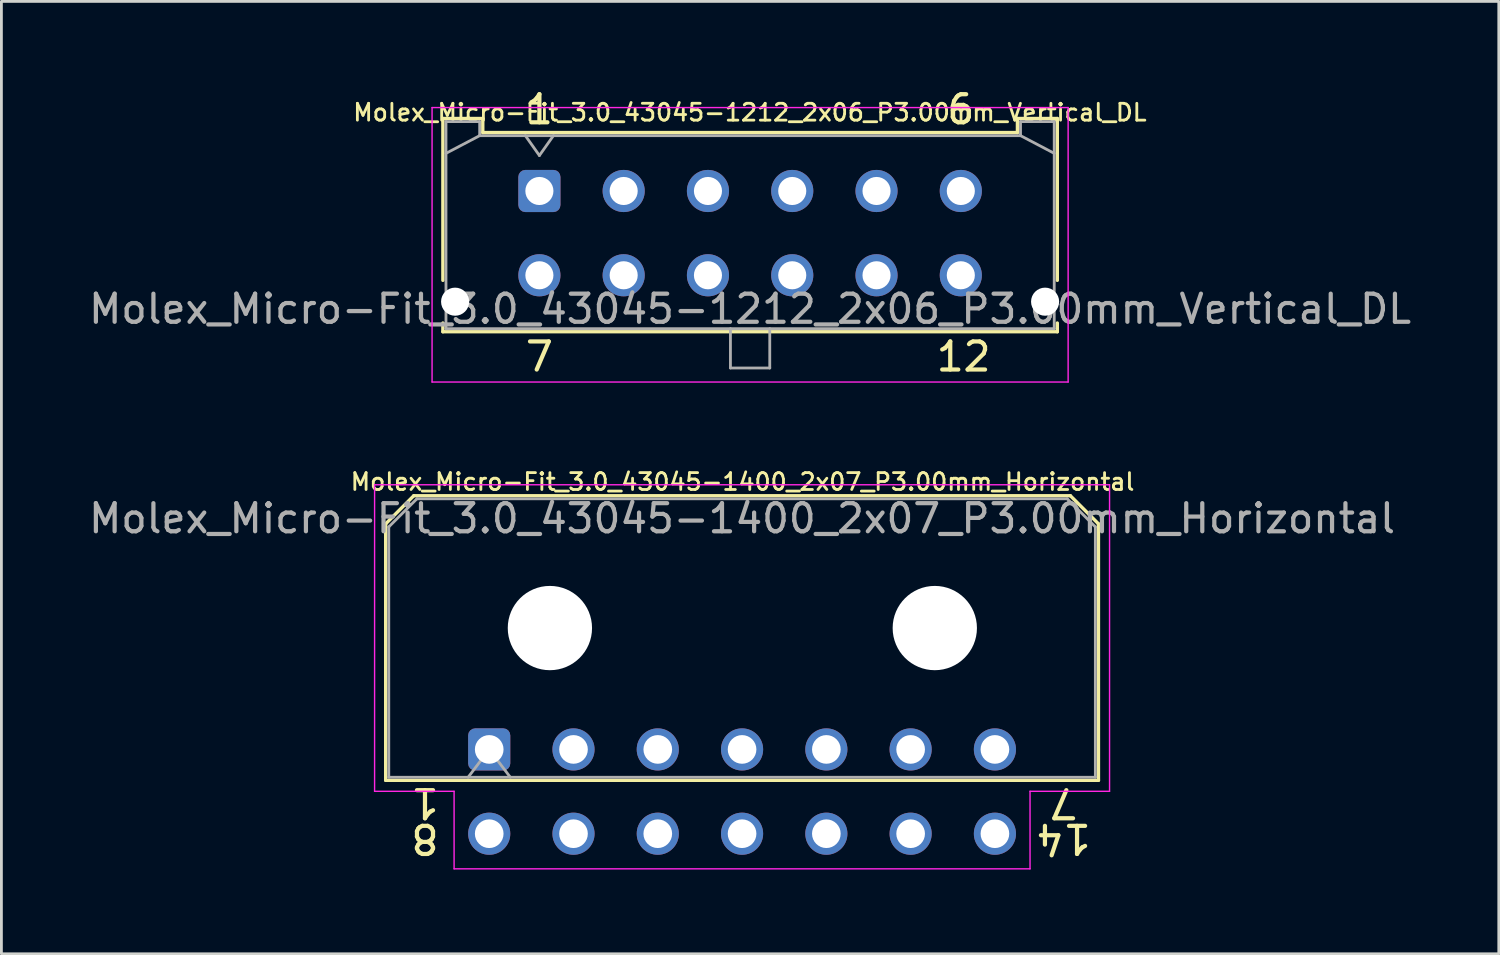
<source format=kicad_pcb>
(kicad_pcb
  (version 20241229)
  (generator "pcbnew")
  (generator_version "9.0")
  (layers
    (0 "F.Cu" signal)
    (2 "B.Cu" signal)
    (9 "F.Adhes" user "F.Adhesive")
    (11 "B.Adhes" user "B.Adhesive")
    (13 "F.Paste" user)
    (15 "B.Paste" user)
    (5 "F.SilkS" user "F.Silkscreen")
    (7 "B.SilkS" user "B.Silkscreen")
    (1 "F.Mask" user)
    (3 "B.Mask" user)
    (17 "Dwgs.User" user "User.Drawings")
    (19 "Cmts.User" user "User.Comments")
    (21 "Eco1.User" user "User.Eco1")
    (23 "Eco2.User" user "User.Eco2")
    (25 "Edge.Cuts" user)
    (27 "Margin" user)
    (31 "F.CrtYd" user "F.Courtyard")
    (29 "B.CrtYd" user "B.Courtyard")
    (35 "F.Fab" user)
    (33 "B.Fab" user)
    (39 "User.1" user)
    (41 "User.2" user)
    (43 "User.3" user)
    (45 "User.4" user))
  (footprint "Molex_Micro-Fit_3.0_43045-1400_2x07_P3.00mm_Horizontal"
    (layer "F.Cu")
    (at 14.363 23.625)
    (property "Reference" "Molex_Micro-Fit_3.0_43045-1400_2x07_P3.00mm_Horizontal" (at 9.017 -9.525 0) (layer "F.SilkS") (effects (font (size 0.6 0.6) (thickness 0.1))))
    (attr through_hole)
    (fp_line (start -3.685 -8.03) (end -2.685 -9.03) (stroke (width 0.12) (type solid)) (layer "F.SilkS"))
    (fp_line (start -3.685 1.1) (end -3.685 -8.03) (stroke (width 0.12) (type solid)) (layer "F.SilkS"))
    (fp_line (start -2.685 -9.03) (end 20.685 -9.03) (stroke (width 0.12) (type solid)) (layer "F.SilkS"))
    (fp_line (start 20.685 -9.03) (end 21.685 -8.03) (stroke (width 0.12) (type solid)) (layer "F.SilkS"))
    (fp_line (start 21.685 -8.03) (end 21.685 1.1) (stroke (width 0.12) (type solid)) (layer "F.SilkS"))
    (fp_line (start 21.685 1.1) (end -3.685 1.1) (stroke (width 0.12) (type solid)) (layer "F.SilkS"))
    (fp_line (start -4.08 -9.42) (end 22.08 -9.42) (stroke (width 0.05) (type solid)) (layer "F.CrtYd"))
    (fp_line (start -4.08 1.49) (end -4.08 -9.42) (stroke (width 0.05) (type solid)) (layer "F.CrtYd"))
    (fp_line (start -1.25 1.49) (end -4.08 1.49) (stroke (width 0.05) (type solid)) (layer "F.CrtYd"))
    (fp_line (start -1.25 4.25) (end -1.25 1.49) (stroke (width 0.05) (type solid)) (layer "F.CrtYd"))
    (fp_line (start 19.25 1.49) (end 19.25 4.25) (stroke (width 0.05) (type solid)) (layer "F.CrtYd"))
    (fp_line (start 19.25 4.25) (end -1.25 4.25) (stroke (width 0.05) (type solid)) (layer "F.CrtYd"))
    (fp_line (start 22.08 -9.42) (end 22.08 1.49) (stroke (width 0.05) (type solid)) (layer "F.CrtYd"))
    (fp_line (start 22.08 1.49) (end 19.25 1.49) (stroke (width 0.05) (type solid)) (layer "F.CrtYd"))
    (fp_line (start -3.575 -7.92) (end -2.575 -8.92) (stroke (width 0.1) (type solid)) (layer "F.Fab"))
    (fp_line (start -3.575 0.99) (end -3.575 -7.92) (stroke (width 0.1) (type solid)) (layer "F.Fab"))
    (fp_line (start -2.575 -8.92) (end 20.575 -8.92) (stroke (width 0.1) (type solid)) (layer "F.Fab"))
    (fp_line (start -0.75 0.99) (end 0 0) (stroke (width 0.1) (type solid)) (layer "F.Fab"))
    (fp_line (start 0 0) (end 0.75 0.99) (stroke (width 0.1) (type solid)) (layer "F.Fab"))
    (fp_line (start 20.575 -8.92) (end 21.575 -7.92) (stroke (width 0.1) (type solid)) (layer "F.Fab"))
    (fp_line (start 21.575 -7.92) (end 21.575 0.99) (stroke (width 0.1) (type solid)) (layer "F.Fab"))
    (fp_line (start 21.575 0.99) (end -3.575 0.99) (stroke (width 0.1) (type solid)) (layer "F.Fab"))
    (fp_text user "8" (at -2.286 3.175 180) (unlocked yes) (layer "F.SilkS") (effects (font (size 1 1) (thickness 0.15))))
    (fp_text user "14" (at 20.447 3.175 180) (unlocked yes) (layer "F.SilkS") (effects (font (size 1 1) (thickness 0.15))))
    (fp_text user "7" (at 20.447 1.905 180) (unlocked yes) (layer "F.SilkS") (effects (font (size 1 1) (thickness 0.15))))
    (fp_text user "1" (at -2.286 1.905 180) (unlocked yes) (layer "F.SilkS") (effects (font (size 1 1) (thickness 0.15))))
    (fp_text user "${REFERENCE}" (at 9 -8.22 0) (layer "F.Fab") (effects (font (size 1 1) (thickness 0.15))))
    (pad "" np_thru_hole circle (at 2.16 -4.32) (size 3 3) (drill 3) (layers "*.Cu" "*.Mask"))
    (pad "" np_thru_hole circle (at 15.86 -4.32) (size 3 3) (drill 3) (layers "*.Cu" "*.Mask"))
    (pad "1" thru_hole roundrect (at 0 0) (size 1.5 1.5) (drill 1.02) (layers "*.Cu" "*.Mask") (roundrect_rratio 0.167))
    (pad "2" thru_hole circle (at 3 0) (size 1.5 1.5) (drill 1.02) (layers "*.Cu" "*.Mask"))
    (pad "3" thru_hole circle (at 6 0) (size 1.5 1.5) (drill 1.02) (layers "*.Cu" "*.Mask"))
    (pad "4" thru_hole circle (at 9 0) (size 1.5 1.5) (drill 1.02) (layers "*.Cu" "*.Mask"))
    (pad "5" thru_hole circle (at 12 0) (size 1.5 1.5) (drill 1.02) (layers "*.Cu" "*.Mask"))
    (pad "6" thru_hole circle (at 15 0) (size 1.5 1.5) (drill 1.02) (layers "*.Cu" "*.Mask"))
    (pad "7" thru_hole circle (at 18 0) (size 1.5 1.5) (drill 1.02) (layers "*.Cu" "*.Mask"))
    (pad "8" thru_hole circle (at 0 3) (size 1.5 1.5) (drill 1.02) (layers "*.Cu" "*.Mask"))
    (pad "9" thru_hole circle (at 3 3) (size 1.5 1.5) (drill 1.02) (layers "*.Cu" "*.Mask"))
    (pad "10" thru_hole circle (at 6 3) (size 1.5 1.5) (drill 1.02) (layers "*.Cu" "*.Mask"))
    (pad "11" thru_hole circle (at 9 3) (size 1.5 1.5) (drill 1.02) (layers "*.Cu" "*.Mask"))
    (pad "12" thru_hole circle (at 12 3) (size 1.5 1.5) (drill 1.02) (layers "*.Cu" "*.Mask"))
    (pad "13" thru_hole circle (at 15 3) (size 1.5 1.5) (drill 1.02) (layers "*.Cu" "*.Mask"))
    (pad "14" thru_hole circle (at 18 3) (size 1.5 1.5) (drill 1.02) (layers "*.Cu" "*.Mask")))
  (footprint "Molex_Micro-Fit_3.0_43045-1212_2x06_P3.00mm_Vertical_DL"
    (layer "F.Cu")
    (at 16.149 3.748)
    (property "Reference" "Molex_Micro-Fit_3.0_43045-1212_2x06_P3.00mm_Vertical_DL" (at 7.493 -2.794 0) (layer "F.SilkS") (effects (font (size 0.6 0.6) (thickness 0.1))))
    (attr through_hole)
    (fp_line (start -3.435 -2.58) (end -2.015 -2.58) (stroke (width 0.12) (type solid)) (layer "F.SilkS"))
    (fp_line (start -3.435 3.18) (end -3.435 -2.58) (stroke (width 0.12) (type solid)) (layer "F.SilkS"))
    (fp_line (start -3.435 4.7) (end -3.435 5.01) (stroke (width 0.12) (type solid)) (layer "F.SilkS"))
    (fp_line (start -3.435 5.01) (end 18.435 5.01) (stroke (width 0.12) (type solid)) (layer "F.SilkS"))
    (fp_line (start -2.015 -2.58) (end -2.015 -2.08) (stroke (width 0.12) (type solid)) (layer "F.SilkS"))
    (fp_line (start -2.015 -2.08) (end 17.015 -2.08) (stroke (width 0.12) (type solid)) (layer "F.SilkS"))
    (fp_line (start 17.015 -2.58) (end 18.435 -2.58) (stroke (width 0.12) (type solid)) (layer "F.SilkS"))
    (fp_line (start 17.015 -2.08) (end 17.015 -2.58) (stroke (width 0.12) (type solid)) (layer "F.SilkS"))
    (fp_line (start 18.435 -2.58) (end 18.435 3.18) (stroke (width 0.12) (type solid)) (layer "F.SilkS"))
    (fp_line (start 18.435 5.01) (end 18.435 4.7) (stroke (width 0.12) (type solid)) (layer "F.SilkS"))
    (fp_line (start -3.82 -2.97) (end 18.82 -2.97) (stroke (width 0.05) (type solid)) (layer "F.CrtYd"))
    (fp_line (start -3.82 6.8) (end -3.82 -2.97) (stroke (width 0.05) (type solid)) (layer "F.CrtYd"))
    (fp_line (start 18.82 -2.97) (end 18.82 6.8) (stroke (width 0.05) (type solid)) (layer "F.CrtYd"))
    (fp_line (start 18.82 6.8) (end -3.82 6.8) (stroke (width 0.05) (type solid)) (layer "F.CrtYd"))
    (fp_line (start -3.325 -2.47) (end -3.325 4.9) (stroke (width 0.1) (type solid)) (layer "F.Fab"))
    (fp_line (start -3.325 -1.34) (end -2.125 -1.97) (stroke (width 0.1) (type solid)) (layer "F.Fab"))
    (fp_line (start -3.325 4.9) (end 18.325 4.9) (stroke (width 0.1) (type solid)) (layer "F.Fab"))
    (fp_line (start -2.125 -2.47) (end -3.325 -2.47) (stroke (width 0.1) (type solid)) (layer "F.Fab"))
    (fp_line (start -2.125 -1.97) (end -2.125 -2.47) (stroke (width 0.1) (type solid)) (layer "F.Fab"))
    (fp_line (start -0.5 -1.97) (end 0 -1.263) (stroke (width 0.1) (type solid)) (layer "F.Fab"))
    (fp_line (start 0 -1.263) (end 0.5 -1.97) (stroke (width 0.1) (type solid)) (layer "F.Fab"))
    (fp_line (start 6.8 4.9) (end 6.8 6.3) (stroke (width 0.1) (type solid)) (layer "F.Fab"))
    (fp_line (start 6.8 6.3) (end 8.2 6.3) (stroke (width 0.1) (type solid)) (layer "F.Fab"))
    (fp_line (start 8.2 6.3) (end 8.2 4.9) (stroke (width 0.1) (type solid)) (layer "F.Fab"))
    (fp_line (start 17.125 -2.47) (end 17.125 -1.97) (stroke (width 0.1) (type solid)) (layer "F.Fab"))
    (fp_line (start 17.125 -1.97) (end -2.125 -1.97) (stroke (width 0.1) (type solid)) (layer "F.Fab"))
    (fp_line (start 18.325 -2.47) (end 17.125 -2.47) (stroke (width 0.1) (type solid)) (layer "F.Fab"))
    (fp_line (start 18.325 -1.34) (end 17.125 -1.97) (stroke (width 0.1) (type solid)) (layer "F.Fab"))
    (fp_line (start 18.325 4.9) (end 18.325 -2.47) (stroke (width 0.1) (type solid)) (layer "F.Fab"))
    (fp_text user "12" (at 15.1 5.9 0) (unlocked yes) (layer "F.SilkS") (effects (font (size 1 1) (thickness 0.15))))
    (fp_text user "1" (at 0 -2.9 0) (unlocked yes) (layer "F.SilkS") (effects (font (size 1 1) (thickness 0.15))))
    (fp_text user "7" (at 0 5.9 0) (unlocked yes) (layer "F.SilkS") (effects (font (size 1 1) (thickness 0.15))))
    (fp_text user "6" (at 15 -2.9 0) (unlocked yes) (layer "F.SilkS") (effects (font (size 1 1) (thickness 0.15))))
    (fp_text user "${REFERENCE}" (at 7.5 4.2 0) (layer "F.Fab") (effects (font (size 1 1) (thickness 0.15))))
    (pad "" np_thru_hole circle (at -3 3.94) (size 1 1) (drill 1) (layers "*.Cu" "*.Mask"))
    (pad "" np_thru_hole circle (at 18 3.94) (size 1 1) (drill 1) (layers "*.Cu" "*.Mask"))
    (pad "1" thru_hole roundrect (at 0 0) (size 1.5 1.5) (drill 1) (layers "*.Cu" "*.Mask") (roundrect_rratio 0.167))
    (pad "2" thru_hole circle (at 3 0) (size 1.5 1.5) (drill 1) (layers "*.Cu" "*.Mask"))
    (pad "3" thru_hole circle (at 6 0) (size 1.5 1.5) (drill 1) (layers "*.Cu" "*.Mask"))
    (pad "4" thru_hole circle (at 9 0) (size 1.5 1.5) (drill 1) (layers "*.Cu" "*.Mask"))
    (pad "5" thru_hole circle (at 12 0) (size 1.5 1.5) (drill 1) (layers "*.Cu" "*.Mask"))
    (pad "6" thru_hole circle (at 15 0) (size 1.5 1.5) (drill 1) (layers "*.Cu" "*.Mask"))
    (pad "7" thru_hole circle (at 0 3) (size 1.5 1.5) (drill 1) (layers "*.Cu" "*.Mask"))
    (pad "8" thru_hole circle (at 3 3) (size 1.5 1.5) (drill 1) (layers "*.Cu" "*.Mask"))
    (pad "9" thru_hole circle (at 6 3) (size 1.5 1.5) (drill 1) (layers "*.Cu" "*.Mask"))
    (pad "10" thru_hole circle (at 9 3) (size 1.5 1.5) (drill 1) (layers "*.Cu" "*.Mask"))
    (pad "11" thru_hole circle (at 12 3) (size 1.5 1.5) (drill 1) (layers "*.Cu" "*.Mask"))
    (pad "12" thru_hole circle (at 15 3) (size 1.5 1.5) (drill 1) (layers "*.Cu" "*.Mask")))
  (gr_rect
    (start -3 -3)
    (end 50.298 30.9)
    (stroke (width 0.1) (type default))
    (fill no)
    (layer "Edge.Cuts")))
</source>
